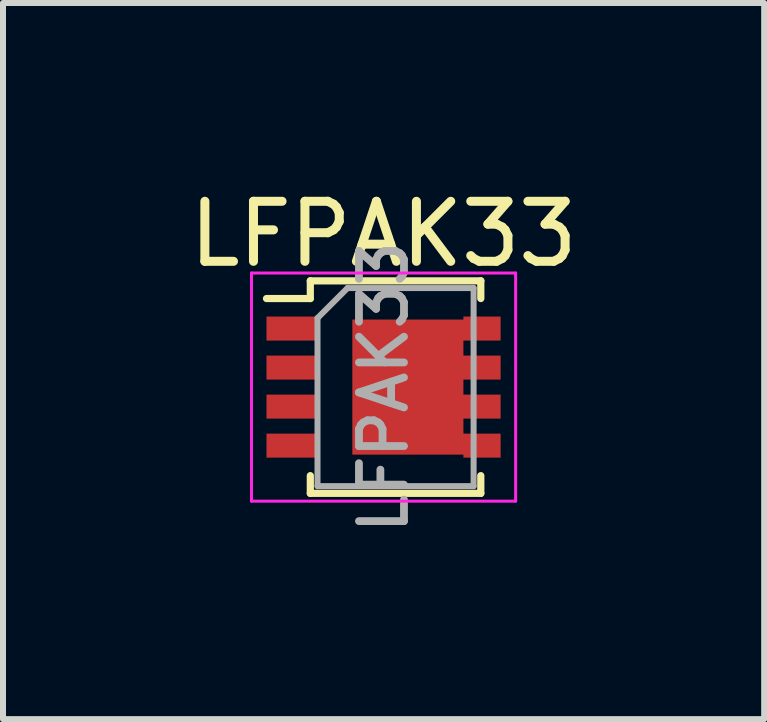
<source format=kicad_pcb>
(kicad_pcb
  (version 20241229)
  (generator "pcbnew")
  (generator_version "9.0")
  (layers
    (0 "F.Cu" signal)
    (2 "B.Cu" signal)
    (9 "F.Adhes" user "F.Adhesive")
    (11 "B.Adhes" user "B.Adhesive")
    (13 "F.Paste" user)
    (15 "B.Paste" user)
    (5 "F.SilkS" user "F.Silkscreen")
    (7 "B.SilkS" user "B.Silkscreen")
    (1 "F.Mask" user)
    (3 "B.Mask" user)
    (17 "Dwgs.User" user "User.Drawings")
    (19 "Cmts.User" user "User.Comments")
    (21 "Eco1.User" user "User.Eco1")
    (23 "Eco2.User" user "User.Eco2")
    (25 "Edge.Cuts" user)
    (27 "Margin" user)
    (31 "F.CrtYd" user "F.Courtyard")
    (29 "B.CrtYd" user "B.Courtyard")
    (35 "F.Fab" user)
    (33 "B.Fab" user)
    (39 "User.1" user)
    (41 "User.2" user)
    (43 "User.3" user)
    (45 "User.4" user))
  (footprint "LFPAK33"
    (layer "F.Cu")
    (at 3.339 3.398)
    (property "Reference" "LFPAK33" (at 0 -2.55 0) (layer "F.SilkS") (effects (font (size 1 1) (thickness 0.15))))
    (attr smd)
    (fp_line (start -1.95 -1.475) (end -1.22 -1.475) (stroke (width 0.12) (type solid)) (layer "F.SilkS"))
    (fp_line (start -1.22 -1.77) (end -1.22 -1.475) (stroke (width 0.12) (type solid)) (layer "F.SilkS"))
    (fp_line (start -1.22 1.475) (end -1.22 1.77) (stroke (width 0.12) (type solid)) (layer "F.SilkS"))
    (fp_line (start -1.22 1.77) (end 1.62 1.77) (stroke (width 0.12) (type solid)) (layer "F.SilkS"))
    (fp_line (start 1.62 -1.77) (end -1.22 -1.77) (stroke (width 0.12) (type solid)) (layer "F.SilkS"))
    (fp_line (start 1.62 -1.475) (end 1.62 -1.77) (stroke (width 0.12) (type solid)) (layer "F.SilkS"))
    (fp_line (start 1.62 1.77) (end 1.62 1.475) (stroke (width 0.12) (type solid)) (layer "F.SilkS"))
    (fp_line (start -2.2 -1.9) (end 2.2 -1.9) (stroke (width 0.05) (type solid)) (layer "F.CrtYd"))
    (fp_line (start -2.2 1.9) (end -2.2 -1.9) (stroke (width 0.05) (type solid)) (layer "F.CrtYd"))
    (fp_line (start -2.2 1.9) (end 2.2 1.9) (stroke (width 0.05) (type solid)) (layer "F.CrtYd"))
    (fp_line (start 2.2 -1.9) (end 2.2 1.9) (stroke (width 0.05) (type solid)) (layer "F.CrtYd"))
    (fp_line (start -1.1 -1.15) (end -1.1 1.65) (stroke (width 0.1) (type solid)) (layer "F.Fab"))
    (fp_line (start -1.1 1.65) (end 1.5 1.65) (stroke (width 0.1) (type solid)) (layer "F.Fab"))
    (fp_line (start -0.6 -1.65) (end -1.1 -1.15) (stroke (width 0.1) (type solid)) (layer "F.Fab"))
    (fp_line (start -0.6 -1.65) (end 1.5 -1.65) (stroke (width 0.1) (type solid)) (layer "F.Fab"))
    (fp_line (start 1.5 1.65) (end 1.5 -1.65) (stroke (width 0.1) (type solid)) (layer "F.Fab"))
    (fp_text user "${REFERENCE}" (at 0 0 90) (layer "F.Fab") (effects (font (size 0.75 0.75) (thickness 0.13))))
    (pad "" smd rect (at -1.535 -0.975) (size 0.83 0.3) (layers "F.Paste"))
    (pad "" smd rect (at -1.535 -0.325) (size 0.83 0.3) (layers "F.Paste"))
    (pad "" smd rect (at -1.535 0.325) (size 0.83 0.3) (layers "F.Paste"))
    (pad "" smd rect (at -1.535 0.975) (size 0.83 0.3) (layers "F.Paste"))
    (pad "" smd rect (at -0.215 -0.626) (size 0.51 0.635) (layers "F.Paste"))
    (pad "" smd rect (at -0.215 0.626) (size 0.51 0.635) (layers "F.Paste"))
    (pad "" smd rect (at 0.645 -0.626) (size 0.51 0.635) (layers "F.Paste"))
    (pad "" smd rect (at 0.645 0.626) (size 0.51 0.635) (layers "F.Paste"))
    (pad "" smd rect (at 1.575 -0.975) (size 0.75 0.3) (layers "F.Paste"))
    (pad "" smd rect (at 1.575 -0.325) (size 0.75 0.3) (layers "F.Paste"))
    (pad "" smd rect (at 1.575 0.325) (size 0.75 0.3) (layers "F.Paste"))
    (pad "" smd rect (at 1.575 0.975) (size 0.75 0.3) (layers "F.Paste"))
    (pad "1" smd rect (at -1.535 -0.975) (size 0.83 0.4) (layers "F.Cu" "F.Mask"))
    (pad "1" smd rect (at -1.535 -0.325) (size 0.83 0.4) (layers "F.Cu" "F.Mask"))
    (pad "1" smd rect (at -1.535 0.325) (size 0.83 0.4) (layers "F.Cu" "F.Mask"))
    (pad "2" smd rect (at -1.535 0.975) (size 0.83 0.4) (layers "F.Cu" "F.Mask"))
    (pad "3" smd custom (at 0.405 0) (size 1.85 2.25) (layers "F.Cu" "F.Mask") (options (anchor rect)) (primitives (gr_poly (pts (xy 0.925 -1.175) (xy 1.545 -1.175) (xy 1.545 -0.775) (xy 0.925 -0.775)) (width 0) (fill yes)) (gr_poly (pts (xy 0.925 -0.525) (xy 1.545 -0.525) (xy 1.545 -0.125) (xy 0.925 -0.125)) (width 0) (fill yes)) (gr_poly (pts (xy 0.925 0.125) (xy 1.545 0.125) (xy 1.545 0.525) (xy 0.925 0.525)) (width 0) (fill yes)) (gr_poly (pts (xy 0.925 0.775) (xy 1.545 0.775) (xy 1.545 1.175) (xy 0.925 1.175)) (width 0) (fill yes)))))
  (gr_rect
    (start -3 -3)
    (end 9.679 8.929)
    (stroke (width 0.1) (type default))
    (fill no)
    (layer "Edge.Cuts")))
</source>
